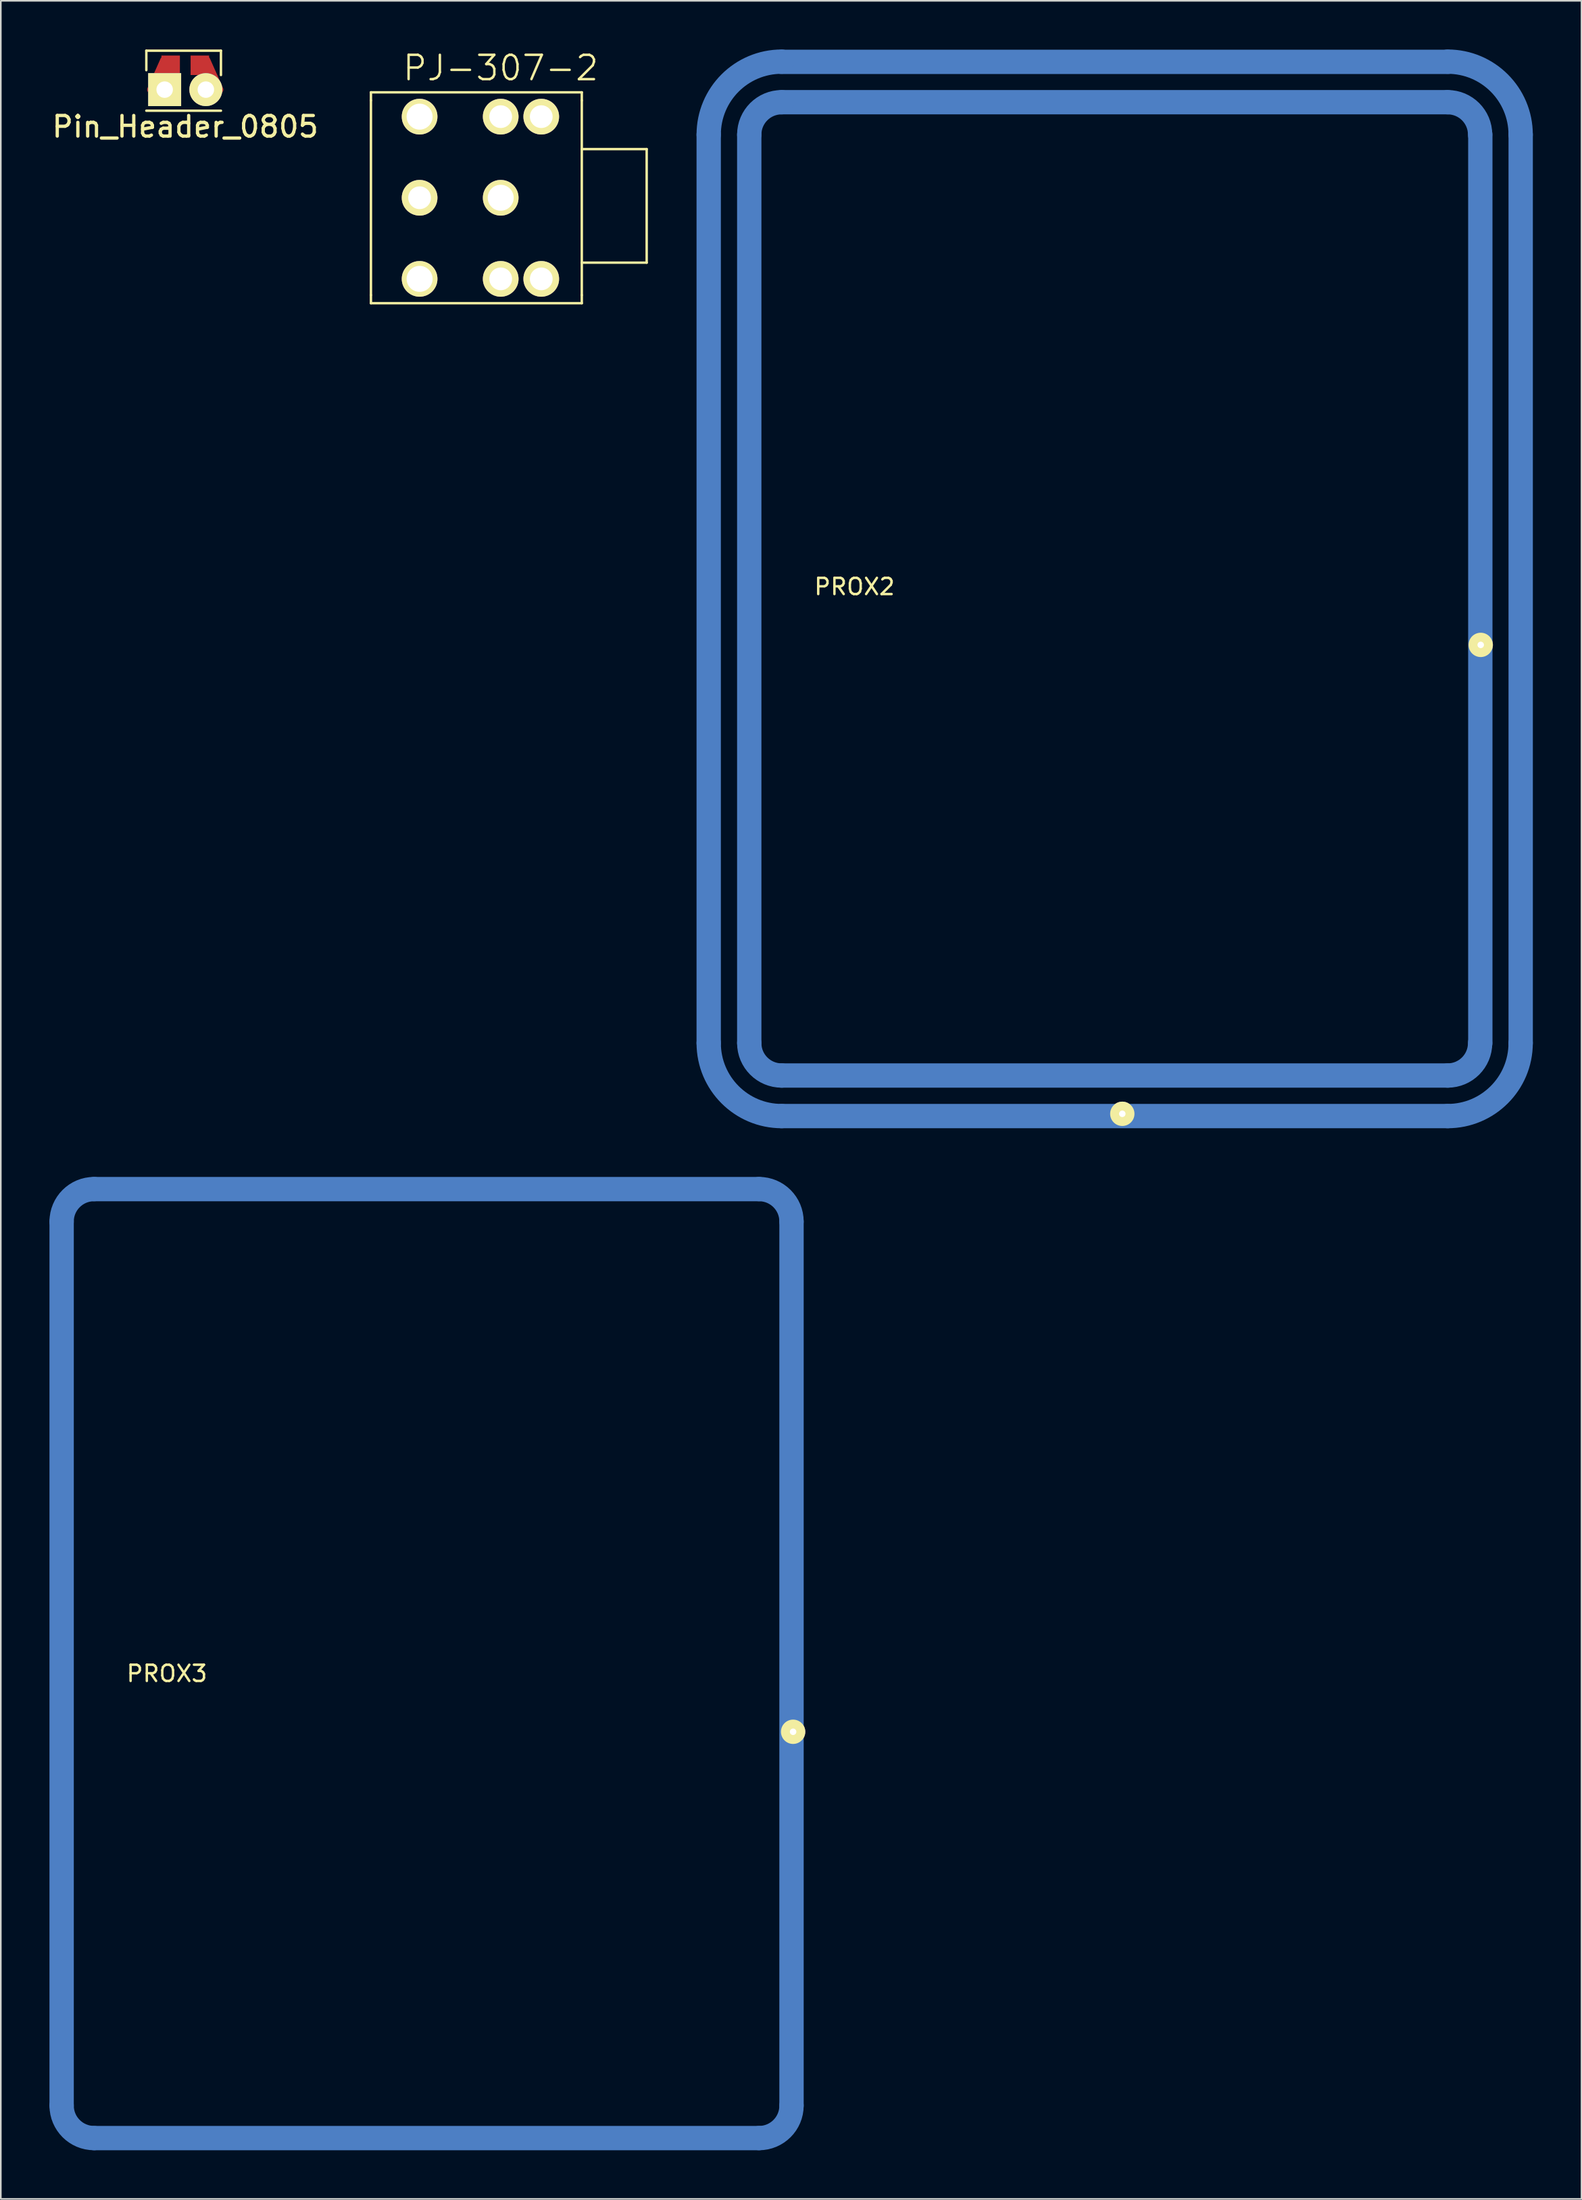
<source format=kicad_pcb>
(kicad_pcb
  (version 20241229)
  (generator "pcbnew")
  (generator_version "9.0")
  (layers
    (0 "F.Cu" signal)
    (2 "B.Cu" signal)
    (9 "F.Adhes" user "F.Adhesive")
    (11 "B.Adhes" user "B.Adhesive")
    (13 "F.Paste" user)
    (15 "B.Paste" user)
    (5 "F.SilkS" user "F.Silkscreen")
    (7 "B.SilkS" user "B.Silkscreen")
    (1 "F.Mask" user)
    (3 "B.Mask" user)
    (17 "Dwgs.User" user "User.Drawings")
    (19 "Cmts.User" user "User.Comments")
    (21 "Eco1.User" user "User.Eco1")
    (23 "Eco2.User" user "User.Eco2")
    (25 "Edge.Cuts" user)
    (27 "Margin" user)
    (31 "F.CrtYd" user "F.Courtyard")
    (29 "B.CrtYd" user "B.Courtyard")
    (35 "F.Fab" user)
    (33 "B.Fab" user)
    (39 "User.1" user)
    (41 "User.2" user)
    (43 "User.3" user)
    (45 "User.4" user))
  (footprint "Pin_Header_0805"
    (layer "F.Cu")
    (at 8.372 2.475)
    (property "Reference" "Pin_Header_0805" (at 0 2.286 0) (layer "F.SilkS") (effects (font (size 1.27 1.27) (thickness 0.203))))
    (attr through_hole)
    (fp_line (start -1.3 -1.8) (end -2.1 0) (stroke (width 0.5) (type solid)) (layer "F.Cu"))
    (fp_line (start 1.3 -1.8) (end 2.1 0) (stroke (width 0.5) (type solid)) (layer "F.Cu"))
    (fp_line (start -2.4 -2.4) (end 2.2 -2.4) (stroke (width 0.15) (type solid)) (layer "F.SilkS"))
    (fp_line (start -2.4 -1.2) (end -2.4 -2.4) (stroke (width 0.15) (type solid)) (layer "F.SilkS"))
    (fp_line (start 2.2 -2.4) (end 2.2 -0.9) (stroke (width 0.15) (type solid)) (layer "F.SilkS"))
    (fp_line (start 2.2 1.3) (end -2.4 1.3) (stroke (width 0.15) (type solid)) (layer "F.SilkS"))
    (pad "1" thru_hole rect (at -1.27 0) (size 2.032 2.032) (drill 1.016) (layers "*.Cu" "*.Mask" "F.SilkS"))
    (pad "1" smd rect (at -0.9 -1.5) (size 1.14 1.2) (layers "F.Cu" "F.Mask" "F.Paste"))
    (pad "2" smd rect (at 0.9 -1.5) (size 1.14 1.2) (layers "F.Cu" "F.Mask" "F.Paste"))
    (pad "2" thru_hole oval (at 1.27 0) (size 2.032 2.032) (drill 1.016) (layers "*.Cu" "*.Mask" "F.SilkS")))
  (footprint "PJ-307-2"
    (layer "F.Cu")
    (at 27.07 9.041)
    (property "Reference" "PJ-307-2" (at 0.75 -7.9 180) (layer "F.SilkS") (effects (font (size 1.5 1.5) (thickness 0.15))))
    (attr through_hole)
    (fp_line (start -7.25 -6.4) (end -7.25 -5.9) (stroke (width 0.15) (type solid)) (layer "F.SilkS"))
    (fp_line (start -7.25 -5.9) (end -7.25 6.1) (stroke (width 0.15) (type solid)) (layer "F.SilkS"))
    (fp_line (start -7.25 6.1) (end -7.25 6.6) (stroke (width 0.15) (type solid)) (layer "F.SilkS"))
    (fp_line (start -7.25 6.6) (end 5.75 6.6) (stroke (width 0.15) (type solid)) (layer "F.SilkS"))
    (fp_line (start 5.75 -6.4) (end -7.25 -6.4) (stroke (width 0.15) (type solid)) (layer "F.SilkS"))
    (fp_line (start 5.75 -6.4) (end 5.75 -5.9) (stroke (width 0.15) (type solid)) (layer "F.SilkS"))
    (fp_line (start 5.75 4.1) (end 9.75 4.1) (stroke (width 0.15) (type solid)) (layer "F.SilkS"))
    (fp_line (start 5.75 6.1) (end 5.75 -5.9) (stroke (width 0.15) (type solid)) (layer "F.SilkS"))
    (fp_line (start 5.75 6.1) (end 5.75 6.6) (stroke (width 0.15) (type solid)) (layer "F.SilkS"))
    (fp_line (start 9.75 -2.9) (end 5.75 -2.9) (stroke (width 0.15) (type solid)) (layer "F.SilkS"))
    (fp_line (start 9.75 4.1) (end 9.75 -2.9) (stroke (width 0.15) (type solid)) (layer "F.SilkS"))
    (pad "" np_thru_hole circle (at -4.25 0.1 180) (size 2.2 2.2) (drill 1.4) (layers "*.Cu" "*.Mask" "F.SilkS"))
    (pad "" np_thru_hole circle (at 0.75 -4.9 180) (size 2.2 2.2) (drill 1.4) (layers "*.Cu" "*.Mask" "F.SilkS"))
    (pad "" np_thru_hole circle (at 0.75 5.1 180) (size 2.2 2.2) (drill 1.4) (layers "*.Cu" "*.Mask" "F.SilkS"))
    (pad "" np_thru_hole circle (at 3.25 -4.9 180) (size 2.2 2.2) (drill 1.4) (layers "*.Cu" "*.Mask" "F.SilkS"))
    (pad "" np_thru_hole circle (at 3.25 5.1 180) (size 2.2 2.2) (drill 1.4) (layers "*.Cu" "*.Mask" "F.SilkS"))
    (pad "1" thru_hole circle (at 0.75 0.1 180) (size 2.2 2.2) (drill 1.6) (layers "*.Cu" "*.Mask" "F.SilkS"))
    (pad "2" thru_hole circle (at -4.25 5.1 180) (size 2.2 2.2) (drill 1.6) (layers "*.Cu" "*.Mask" "F.SilkS"))
    (pad "5" thru_hole circle (at -4.25 -4.9 180) (size 2.2 2.2) (drill 1.6) (layers "*.Cu" "*.Mask" "F.SilkS")))
  (footprint "PROX2"
    (layer "F.Cu")
    (at 66.144 33.25)
    (property "Reference" "PROX2" (at -16.51 -0.135 0) (layer "F.SilkS") (effects (font (size 1 1) (thickness 0.15))))
    (attr through_hole)
    (fp_line (start -25.5 -28) (end -25.5 28) (stroke (width 1.5) (type solid)) (layer "B.Cu"))
    (fp_line (start -23 -28) (end -23 28) (stroke (width 1.5) (type solid)) (layer "B.Cu"))
    (fp_line (start -21.006 -30) (end 20.06 -30) (stroke (width 1.5) (type solid)) (layer "B.Cu"))
    (fp_line (start -21 -32.487) (end 20.06 -32.487) (stroke (width 1.5) (type solid)) (layer "B.Cu"))
    (fp_line (start -21 30) (end 20.06 30) (stroke (width 1.5) (type solid)) (layer "B.Cu"))
    (fp_line (start -21 32.5) (end 20.06 32.5) (stroke (width 1.5) (type solid)) (layer "B.Cu"))
    (fp_line (start 22.073 -28) (end 22.073 28) (stroke (width 1.5) (type solid)) (layer "B.Cu"))
    (fp_line (start 24.562 -28) (end 24.562 28) (stroke (width 1.5) (type solid)) (layer "B.Cu"))
    (fp_arc (start -25.4998 -28) (mid -24.181781 -31.181981) (end -20.9998 -32.5) (stroke (width 1.5) (type solid)) (layer "B.Cu"))
    (fp_arc (start -22.9998 -28) (mid -22.414014 -29.414214) (end -20.9998 -30) (stroke (width 1.5) (type solid)) (layer "B.Cu"))
    (fp_arc (start -20.9998 30) (mid -22.414014 29.414214) (end -22.9998 28) (stroke (width 1.5) (type solid)) (layer "B.Cu"))
    (fp_arc (start -20.9998 32.5) (mid -24.181781 31.181981) (end -25.4998 28) (stroke (width 1.5) (type solid)) (layer "B.Cu"))
    (fp_arc (start 20.06 -32.5) (mid 23.241981 -31.181981) (end 24.56 -28) (stroke (width 1.5) (type solid)) (layer "B.Cu"))
    (fp_arc (start 20.06 -30) (mid 21.474214 -29.414214) (end 22.06 -28) (stroke (width 1.5) (type solid)) (layer "B.Cu"))
    (fp_arc (start 22.06 28) (mid 21.474214 29.414214) (end 20.06 30) (stroke (width 1.5) (type solid)) (layer "B.Cu"))
    (fp_arc (start 24.56 28) (mid 23.241981 31.181981) (end 20.06 32.5) (stroke (width 1.5) (type solid)) (layer "B.Cu"))
    (pad "1" thru_hole circle (at 22.098 3.454) (size 1.5 1.5) (drill 0.4) (layers "*.Cu" "*.Mask" "F.SilkS"))
    (pad "4" thru_hole circle (at 0 32.36) (size 1.5 1.5) (drill 0.4) (layers "*.Cu" "*.Mask" "F.SilkS")))
  (footprint "PROX3"
    (layer "F.Cu")
    (at 23.75 100.25)
    (property "Reference" "PROX3" (at -16.51 -0.135 0) (layer "F.SilkS") (effects (font (size 1 1) (thickness 0.15))))
    (attr through_hole)
    (fp_line (start -23 -28) (end -23 26.5) (stroke (width 1.5) (type solid)) (layer "B.Cu"))
    (fp_line (start -21 -30) (end 20 -30) (stroke (width 1.5) (type solid)) (layer "B.Cu"))
    (fp_line (start -21 28.5) (end 20 28.5) (stroke (width 1.5) (type solid)) (layer "B.Cu"))
    (fp_line (start 22 -28) (end 22 26.5) (stroke (width 1.5) (type solid)) (layer "B.Cu"))
    (fp_arc (start -23 -28) (mid -22.414214 -29.414214) (end -21 -30) (stroke (width 1.5) (type solid)) (layer "B.Cu"))
    (fp_arc (start -21 28.5) (mid -22.414214 27.914214) (end -23 26.5) (stroke (width 1.5) (type solid)) (layer "B.Cu"))
    (fp_arc (start 20 -30) (mid 21.414214 -29.414214) (end 22 -28) (stroke (width 1.5) (type solid)) (layer "B.Cu"))
    (fp_arc (start 22 26.5) (mid 21.414214 27.914214) (end 20 28.5) (stroke (width 1.5) (type solid)) (layer "B.Cu"))
    (pad "1" thru_hole circle (at 22.098 3.454) (size 1.5 1.5) (drill 0.4) (layers "*.Cu" "*.Mask" "F.SilkS")))
  (gr_rect
    (start -3 -3)
    (end 94.456 132.5)
    (stroke (width 0.1) (type default))
    (fill no)
    (layer "Edge.Cuts")))
</source>
